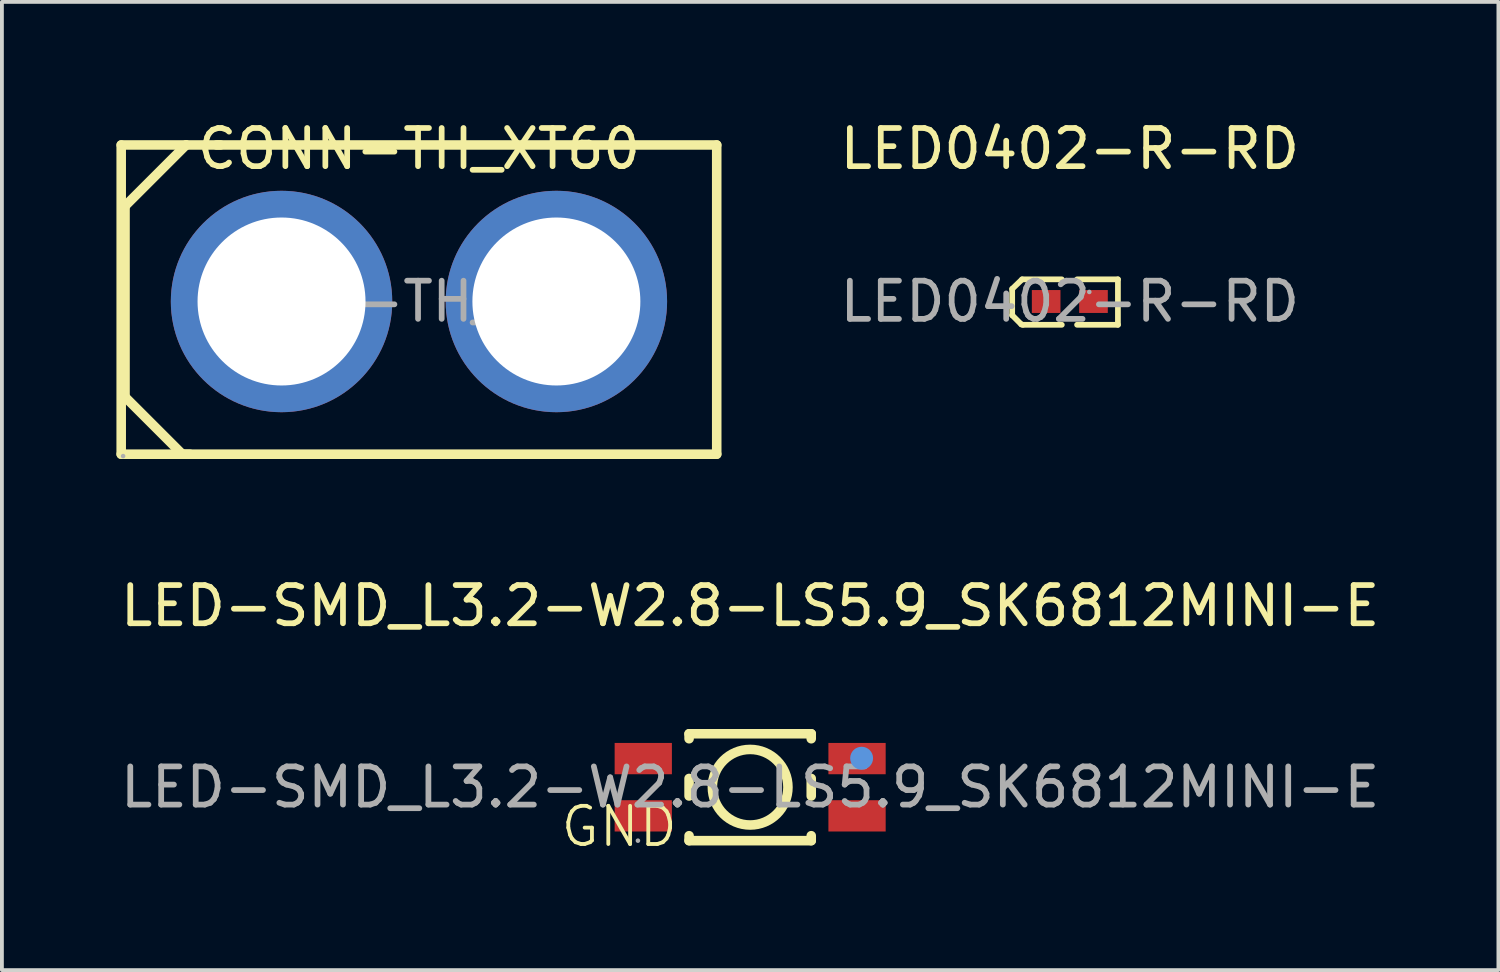
<source format=kicad_pcb>
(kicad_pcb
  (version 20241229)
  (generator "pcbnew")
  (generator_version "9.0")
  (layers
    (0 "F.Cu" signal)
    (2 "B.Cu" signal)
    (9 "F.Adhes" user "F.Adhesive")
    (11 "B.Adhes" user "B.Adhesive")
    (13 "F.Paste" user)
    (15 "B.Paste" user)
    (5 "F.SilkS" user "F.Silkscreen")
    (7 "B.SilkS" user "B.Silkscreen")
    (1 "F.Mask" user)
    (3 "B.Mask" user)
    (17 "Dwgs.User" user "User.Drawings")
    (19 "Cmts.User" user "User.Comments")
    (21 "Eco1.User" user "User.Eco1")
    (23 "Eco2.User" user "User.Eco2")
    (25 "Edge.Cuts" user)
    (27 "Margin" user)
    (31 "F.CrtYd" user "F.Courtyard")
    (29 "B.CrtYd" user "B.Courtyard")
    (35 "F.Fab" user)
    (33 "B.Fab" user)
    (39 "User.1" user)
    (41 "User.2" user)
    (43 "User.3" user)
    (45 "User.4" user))
  (footprint "LED-SMD_L3.2-W2.8-LS5.9_SK6812MINI-E"
    (layer "F.Cu")
    (at 16.601 17.572)
    (property "Reference" "LED-SMD_L3.2-W2.8-LS5.9_SK6812MINI-E" (at 0 -4.75 0) (layer "F.SilkS") (effects (font (size 1 1) (thickness 0.15))))
    (attr smd)
    (fp_line (start -1.6 -1.4) (end -1.6 -1.27) (stroke (width 0.25) (type solid)) (layer "F.SilkS"))
    (fp_line (start -1.6 -1.4) (end 1.6 -1.4) (stroke (width 0.25) (type solid)) (layer "F.SilkS"))
    (fp_line (start -1.6 -0.23) (end -1.6 0.23) (stroke (width 0.25) (type solid)) (layer "F.SilkS"))
    (fp_line (start -1.6 1.27) (end -1.6 1.4) (stroke (width 0.25) (type solid)) (layer "F.SilkS"))
    (fp_line (start -1.6 1.4) (end 1.6 1.4) (stroke (width 0.25) (type solid)) (layer "F.SilkS"))
    (fp_line (start 1.6 -1.4) (end 1.6 -1.27) (stroke (width 0.25) (type solid)) (layer "F.SilkS"))
    (fp_line (start 1.6 -0.23) (end 1.6 0.23) (stroke (width 0.25) (type solid)) (layer "F.SilkS"))
    (fp_line (start 1.6 1.27) (end 1.6 1.4) (stroke (width 0.25) (type solid)) (layer "F.SilkS"))
    (fp_circle (center 0 0) (end 0.99 0) (stroke (width 0.25) (type solid)) (fill no) (layer "F.SilkS"))
    (fp_circle (center 2.92 -0.76) (end 3.07 -0.76) (stroke (width 0.3) (type solid)) (fill no) (layer "Cmts.User"))
    (fp_circle (center -2.94 1.4) (end -2.91 1.4) (stroke (width 0.06) (type solid)) (fill no) (layer "F.Fab"))
    (fp_text user "GND" (at -5.02 1.03 0) (layer "F.SilkS") (effects (font (size 1 1) (thickness 0.1)) (justify left)))
    (fp_text user "${REFERENCE}" (at 0 0 0) (layer "F.Fab") (effects (font (size 1 1) (thickness 0.15))))
    (pad "1" smd rect (at 2.8 -0.75 90) (size 0.82 1.5) (layers "F.Cu" "F.Mask" "F.Paste"))
    (pad "2" smd rect (at 2.8 0.75 90) (size 0.82 1.5) (layers "F.Cu" "F.Mask" "F.Paste"))
    (pad "3" smd rect (at -2.8 0.75 90) (size 0.82 1.5) (layers "F.Cu" "F.Mask" "F.Paste"))
    (pad "4" smd rect (at -2.8 -0.75 90) (size 0.82 1.5) (layers "F.Cu" "F.Mask" "F.Paste")))
  (footprint "CONN-TH_XT60"
    (layer "F.Cu")
    (at 7.925 4.848)
    (property "Reference" "CONN-TH_XT60" (at 0 -4 0) (layer "F.SilkS") (effects (font (size 1 1) (thickness 0.15))))
    (attr through_hole)
    (fp_line (start -7.8 -4.1) (end -7.8 4) (stroke (width 0.25) (type solid)) (layer "F.SilkS"))
    (fp_line (start -7.8 4) (end -6 4) (stroke (width 0.25) (type solid)) (layer "F.SilkS"))
    (fp_line (start -7.7 -2.5) (end -7.7 2.5) (stroke (width 0.25) (type solid)) (layer "F.SilkS"))
    (fp_line (start -7.7 2.5) (end -6.2 4) (stroke (width 0.25) (type solid)) (layer "F.SilkS"))
    (fp_line (start -6.2 4) (end 7.8 4) (stroke (width 0.25) (type solid)) (layer "F.SilkS"))
    (fp_line (start -6.1 -4.1) (end -7.8 -4.1) (stroke (width 0.25) (type solid)) (layer "F.SilkS"))
    (fp_line (start -6.1 -4.1) (end -7.7 -2.5) (stroke (width 0.25) (type solid)) (layer "F.SilkS"))
    (fp_line (start -5.2 -4.1) (end -6.1 -4.1) (stroke (width 0.25) (type solid)) (layer "F.SilkS"))
    (fp_line (start 7.8 -4.1) (end -5.3 -4.1) (stroke (width 0.25) (type solid)) (layer "F.SilkS"))
    (fp_line (start 7.8 4) (end 7.8 -4.1) (stroke (width 0.25) (type solid)) (layer "F.SilkS"))
    (fp_circle (center -7.75 4.05) (end -7.72 4.05) (stroke (width 0.06) (type solid)) (fill no) (layer "F.Fab"))
    (fp_circle (center -3.6 0) (end -2.72 0) (stroke (width 1.75) (type solid)) (fill no) (layer "F.Fab"))
    (fp_circle (center 3.6 0) (end 4.48 0) (stroke (width 1.75) (type solid)) (fill no) (layer "F.Fab"))
    (fp_text user "${REFERENCE}" (at 0 0 0) (layer "F.Fab") (effects (font (size 1 1) (thickness 0.15))))
    (pad "1" thru_hole circle (at -3.6 0) (size 5.8 5.8) (drill 4.4) (layers "*.Cu" "*.Mask"))
    (pad "2" thru_hole circle (at 3.6 0) (size 5.8 5.8) (drill 4.4) (layers "*.Cu" "*.Mask")))
  (footprint "LED0402-R-RD"
    (layer "F.Cu")
    (at 24.975 4.848)
    (property "Reference" "LED0402-R-RD" (at 0 -4 0) (layer "F.SilkS") (effects (font (size 1 1) (thickness 0.15))))
    (attr smd)
    (fp_line (start -1.51 -0.33) (end -1.25 -0.58) (stroke (width 0.15) (type solid)) (layer "F.SilkS"))
    (fp_line (start -1.51 0.36) (end -1.51 -0.33) (stroke (width 0.15) (type solid)) (layer "F.SilkS"))
    (fp_line (start -1.27 0.6) (end -1.51 0.36) (stroke (width 0.15) (type solid)) (layer "F.SilkS"))
    (fp_line (start -1.25 -0.58) (end -0.21 -0.58) (stroke (width 0.15) (type solid)) (layer "F.SilkS"))
    (fp_line (start -1.23 0.61) (end -1.27 0.6) (stroke (width 0.15) (type solid)) (layer "F.SilkS"))
    (fp_line (start -1.23 0.61) (end -0.21 0.61) (stroke (width 0.15) (type solid)) (layer "F.SilkS"))
    (fp_line (start 0.19 0.61) (end 1.26 0.61) (stroke (width 0.15) (type solid)) (layer "F.SilkS"))
    (fp_line (start 1.26 -0.58) (end 0.19 -0.58) (stroke (width 0.15) (type solid)) (layer "F.SilkS"))
    (fp_line (start 1.26 0.61) (end 1.26 -0.58) (stroke (width 0.15) (type solid)) (layer "F.SilkS"))
    (fp_circle (center 0.51 -0.25) (end 0.54 -0.25) (stroke (width 0.06) (type solid)) (fill no) (layer "F.Fab"))
    (fp_text user "${REFERENCE}" (at 0 0 0) (layer "F.Fab") (effects (font (size 1 1) (thickness 0.15))))
    (pad "1" smd rect (at 0.62 0) (size 0.75 0.6) (layers "F.Cu" "F.Mask" "F.Paste"))
    (pad "2" smd rect (at -0.62 0) (size 0.75 0.6) (layers "F.Cu" "F.Mask" "F.Paste")))
  (gr_rect
    (start -3 -3)
    (end 36.202 22.362)
    (stroke (width 0.1) (type default))
    (fill no)
    (layer "Edge.Cuts")))
</source>
